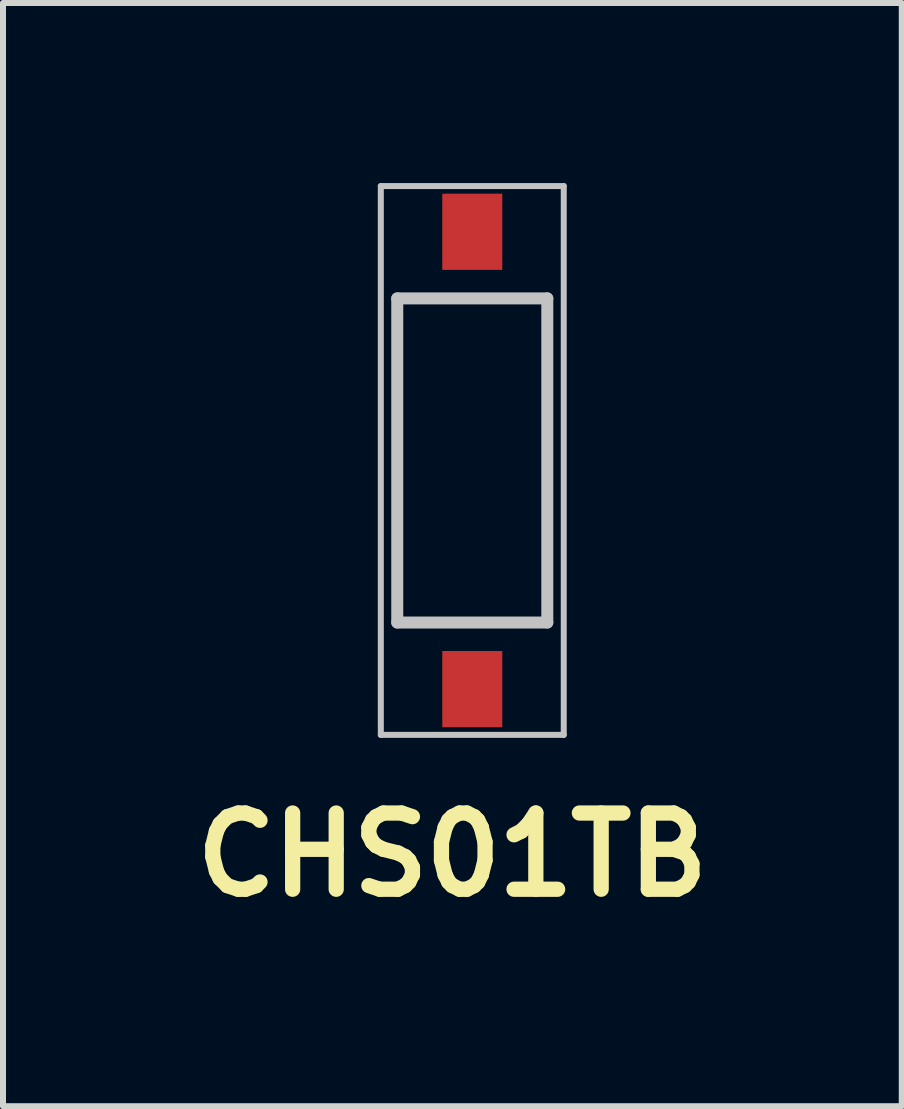
<source format=kicad_pcb>
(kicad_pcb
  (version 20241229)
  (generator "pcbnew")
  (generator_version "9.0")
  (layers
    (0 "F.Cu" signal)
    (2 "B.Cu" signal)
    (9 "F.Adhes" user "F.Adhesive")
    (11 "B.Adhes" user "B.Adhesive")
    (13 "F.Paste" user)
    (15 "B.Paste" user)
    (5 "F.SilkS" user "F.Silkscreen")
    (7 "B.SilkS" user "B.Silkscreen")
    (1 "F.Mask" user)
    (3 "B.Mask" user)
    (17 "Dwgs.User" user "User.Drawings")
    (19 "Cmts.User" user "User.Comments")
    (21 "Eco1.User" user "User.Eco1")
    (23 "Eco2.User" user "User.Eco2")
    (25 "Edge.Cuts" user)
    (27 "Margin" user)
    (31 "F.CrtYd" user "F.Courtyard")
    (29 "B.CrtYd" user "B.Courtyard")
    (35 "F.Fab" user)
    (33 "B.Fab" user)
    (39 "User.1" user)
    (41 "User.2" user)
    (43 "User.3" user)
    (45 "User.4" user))
  (footprint "CHS01TB"
    (layer "F.Cu")
    (at 4.819 4.622)
    (property "Reference" "CHS01TB" (at -0.332 6.57 0) (layer "F.SilkS") (effects (font (size 1.27 1.27) (thickness 0.254))))
    (attr smd)
    (fp_line (start -1.25 -2.7) (end 1.25 -2.7) (stroke (width 0.1) (type solid)) (layer "F.SilkS"))
    (fp_line (start -1.25 2.7) (end -1.25 -2.7) (stroke (width 0.1) (type solid)) (layer "F.SilkS"))
    (fp_line (start 1.25 -2.7) (end 1.25 2.7) (stroke (width 0.1) (type solid)) (layer "F.SilkS"))
    (fp_line (start 1.25 2.7) (end -1.25 2.7) (stroke (width 0.1) (type solid)) (layer "F.SilkS"))
    (fp_line (start -1.524 -4.572) (end 1.524 -4.572) (stroke (width 0.1) (type solid)) (layer "Dwgs.User"))
    (fp_line (start -1.524 4.572) (end -1.524 -4.572) (stroke (width 0.1) (type solid)) (layer "Dwgs.User"))
    (fp_line (start -1.25 -2.7) (end 1.25 -2.7) (stroke (width 0.2) (type solid)) (layer "Dwgs.User"))
    (fp_line (start -1.25 2.7) (end -1.25 -2.7) (stroke (width 0.2) (type solid)) (layer "Dwgs.User"))
    (fp_line (start 1.25 -2.7) (end 1.25 2.7) (stroke (width 0.2) (type solid)) (layer "Dwgs.User"))
    (fp_line (start 1.25 2.7) (end -1.25 2.7) (stroke (width 0.2) (type solid)) (layer "Dwgs.User"))
    (fp_line (start 1.524 -4.572) (end 1.524 4.572) (stroke (width 0.1) (type solid)) (layer "Dwgs.User"))
    (fp_line (start 1.524 4.572) (end -1.524 4.572) (stroke (width 0.1) (type solid)) (layer "Dwgs.User"))
    (pad "1" smd rect (at 0 3.81) (size 1 1.27) (layers "F.Cu" "F.Mask" "F.Paste"))
    (pad "2" smd rect (at 0 -3.81) (size 1 1.27) (layers "F.Cu" "F.Mask" "F.Paste")))
  (gr_rect
    (start -3 -3)
    (end 11.975 15.381)
    (stroke (width 0.1) (type default))
    (fill no)
    (layer "Edge.Cuts")))
</source>
